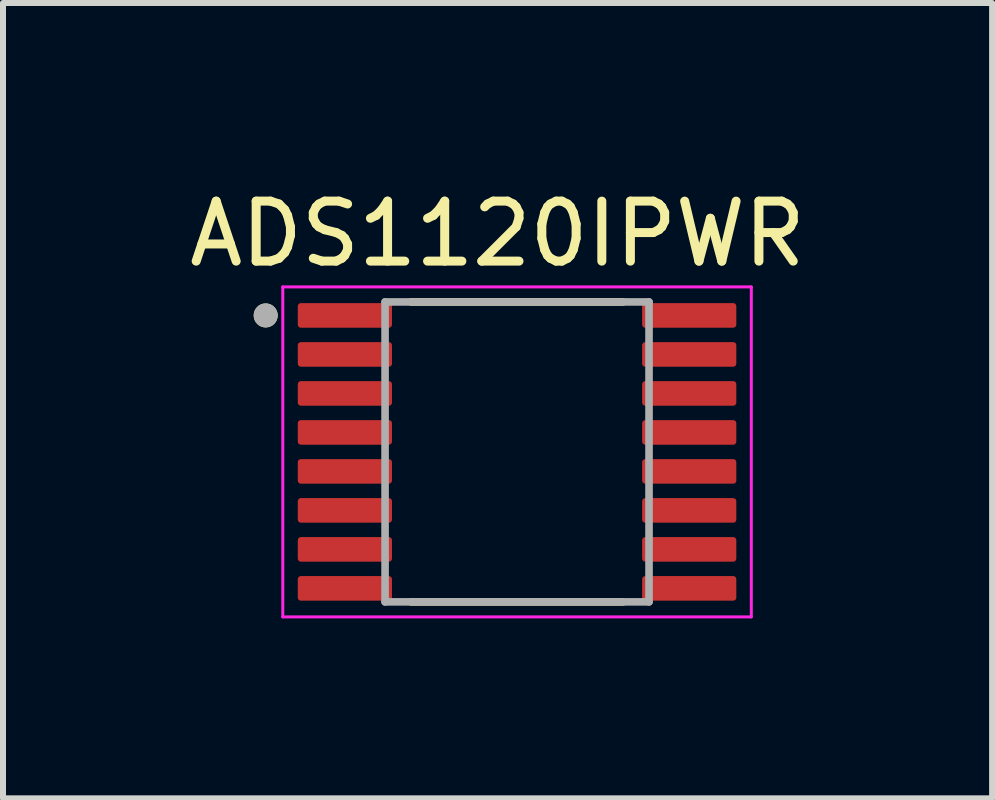
<source format=kicad_pcb>
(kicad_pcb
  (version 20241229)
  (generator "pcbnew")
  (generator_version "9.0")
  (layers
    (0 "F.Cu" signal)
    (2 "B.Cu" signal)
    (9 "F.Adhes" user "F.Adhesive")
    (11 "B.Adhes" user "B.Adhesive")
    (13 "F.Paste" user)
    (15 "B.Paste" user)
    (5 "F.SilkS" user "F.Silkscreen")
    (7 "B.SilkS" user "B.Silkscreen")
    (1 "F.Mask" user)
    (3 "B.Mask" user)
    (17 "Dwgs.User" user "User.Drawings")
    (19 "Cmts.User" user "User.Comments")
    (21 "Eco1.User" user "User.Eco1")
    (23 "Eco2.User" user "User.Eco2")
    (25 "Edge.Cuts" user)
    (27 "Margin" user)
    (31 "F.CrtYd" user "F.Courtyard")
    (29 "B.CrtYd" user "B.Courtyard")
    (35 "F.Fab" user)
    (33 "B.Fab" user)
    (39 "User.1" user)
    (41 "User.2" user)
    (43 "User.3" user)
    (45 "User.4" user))
  (footprint "ADS1120IPWR"
    (layer "F.Cu")
    (at 5.569 4.483)
    (property "Reference" "ADS1120IPWR" (at -0.325 -3.635 0) (layer "F.SilkS") (effects (font (size 1 1) (thickness 0.15))))
    (attr smd)
    (fp_line (start -1.765 -2.5) (end 1.765 -2.5) (stroke (width 0.127) (type solid)) (layer "F.SilkS"))
    (fp_line (start 1.765 2.5) (end -1.765 2.5) (stroke (width 0.127) (type solid)) (layer "F.SilkS"))
    (fp_circle (center -4.19 -2.275) (end -4.09 -2.275) (stroke (width 0.2) (type solid)) (fill no) (layer "F.SilkS"))
    (fp_line (start -3.905 -2.75) (end -3.905 2.75) (stroke (width 0.05) (type solid)) (layer "F.CrtYd"))
    (fp_line (start -3.905 -2.75) (end 3.905 -2.75) (stroke (width 0.05) (type solid)) (layer "F.CrtYd"))
    (fp_line (start -3.905 2.75) (end 3.905 2.75) (stroke (width 0.05) (type solid)) (layer "F.CrtYd"))
    (fp_line (start 3.905 -2.75) (end 3.905 2.75) (stroke (width 0.05) (type solid)) (layer "F.CrtYd"))
    (fp_line (start -2.2 -2.5) (end -2.2 2.5) (stroke (width 0.127) (type solid)) (layer "F.Fab"))
    (fp_line (start -2.2 -2.5) (end 2.2 -2.5) (stroke (width 0.127) (type solid)) (layer "F.Fab"))
    (fp_line (start -2.2 2.5) (end 2.2 2.5) (stroke (width 0.127) (type solid)) (layer "F.Fab"))
    (fp_line (start 2.2 -2.5) (end 2.2 2.5) (stroke (width 0.127) (type solid)) (layer "F.Fab"))
    (fp_circle (center -4.19 -2.275) (end -4.09 -2.275) (stroke (width 0.2) (type solid)) (fill no) (layer "F.Fab"))
    (pad "1" smd roundrect (at -2.87 -2.275) (size 1.57 0.41) (layers "F.Cu" "F.Mask" "F.Paste") (roundrect_rratio 0.125))
    (pad "2" smd roundrect (at -2.87 -1.625) (size 1.57 0.41) (layers "F.Cu" "F.Mask" "F.Paste") (roundrect_rratio 0.125))
    (pad "3" smd roundrect (at -2.87 -0.975) (size 1.57 0.41) (layers "F.Cu" "F.Mask" "F.Paste") (roundrect_rratio 0.125))
    (pad "4" smd roundrect (at -2.87 -0.325) (size 1.57 0.41) (layers "F.Cu" "F.Mask" "F.Paste") (roundrect_rratio 0.125))
    (pad "5" smd roundrect (at -2.87 0.325) (size 1.57 0.41) (layers "F.Cu" "F.Mask" "F.Paste") (roundrect_rratio 0.125))
    (pad "6" smd roundrect (at -2.87 0.975) (size 1.57 0.41) (layers "F.Cu" "F.Mask" "F.Paste") (roundrect_rratio 0.125))
    (pad "7" smd roundrect (at -2.87 1.625) (size 1.57 0.41) (layers "F.Cu" "F.Mask" "F.Paste") (roundrect_rratio 0.125))
    (pad "8" smd roundrect (at -2.87 2.275) (size 1.57 0.41) (layers "F.Cu" "F.Mask" "F.Paste") (roundrect_rratio 0.125))
    (pad "9" smd roundrect (at 2.87 2.275) (size 1.57 0.41) (layers "F.Cu" "F.Mask" "F.Paste") (roundrect_rratio 0.125))
    (pad "10" smd roundrect (at 2.87 1.625) (size 1.57 0.41) (layers "F.Cu" "F.Mask" "F.Paste") (roundrect_rratio 0.125))
    (pad "11" smd roundrect (at 2.87 0.975) (size 1.57 0.41) (layers "F.Cu" "F.Mask" "F.Paste") (roundrect_rratio 0.125))
    (pad "12" smd roundrect (at 2.87 0.325) (size 1.57 0.41) (layers "F.Cu" "F.Mask" "F.Paste") (roundrect_rratio 0.125))
    (pad "13" smd roundrect (at 2.87 -0.325) (size 1.57 0.41) (layers "F.Cu" "F.Mask" "F.Paste") (roundrect_rratio 0.125))
    (pad "14" smd roundrect (at 2.87 -0.975) (size 1.57 0.41) (layers "F.Cu" "F.Mask" "F.Paste") (roundrect_rratio 0.125))
    (pad "15" smd roundrect (at 2.87 -1.625) (size 1.57 0.41) (layers "F.Cu" "F.Mask" "F.Paste") (roundrect_rratio 0.125))
    (pad "16" smd roundrect (at 2.87 -2.275) (size 1.57 0.41) (layers "F.Cu" "F.Mask" "F.Paste") (roundrect_rratio 0.125)))
  (gr_rect
    (start -3 -3)
    (end 13.488 10.258)
    (stroke (width 0.1) (type default))
    (fill no)
    (layer "Edge.Cuts")))
</source>
